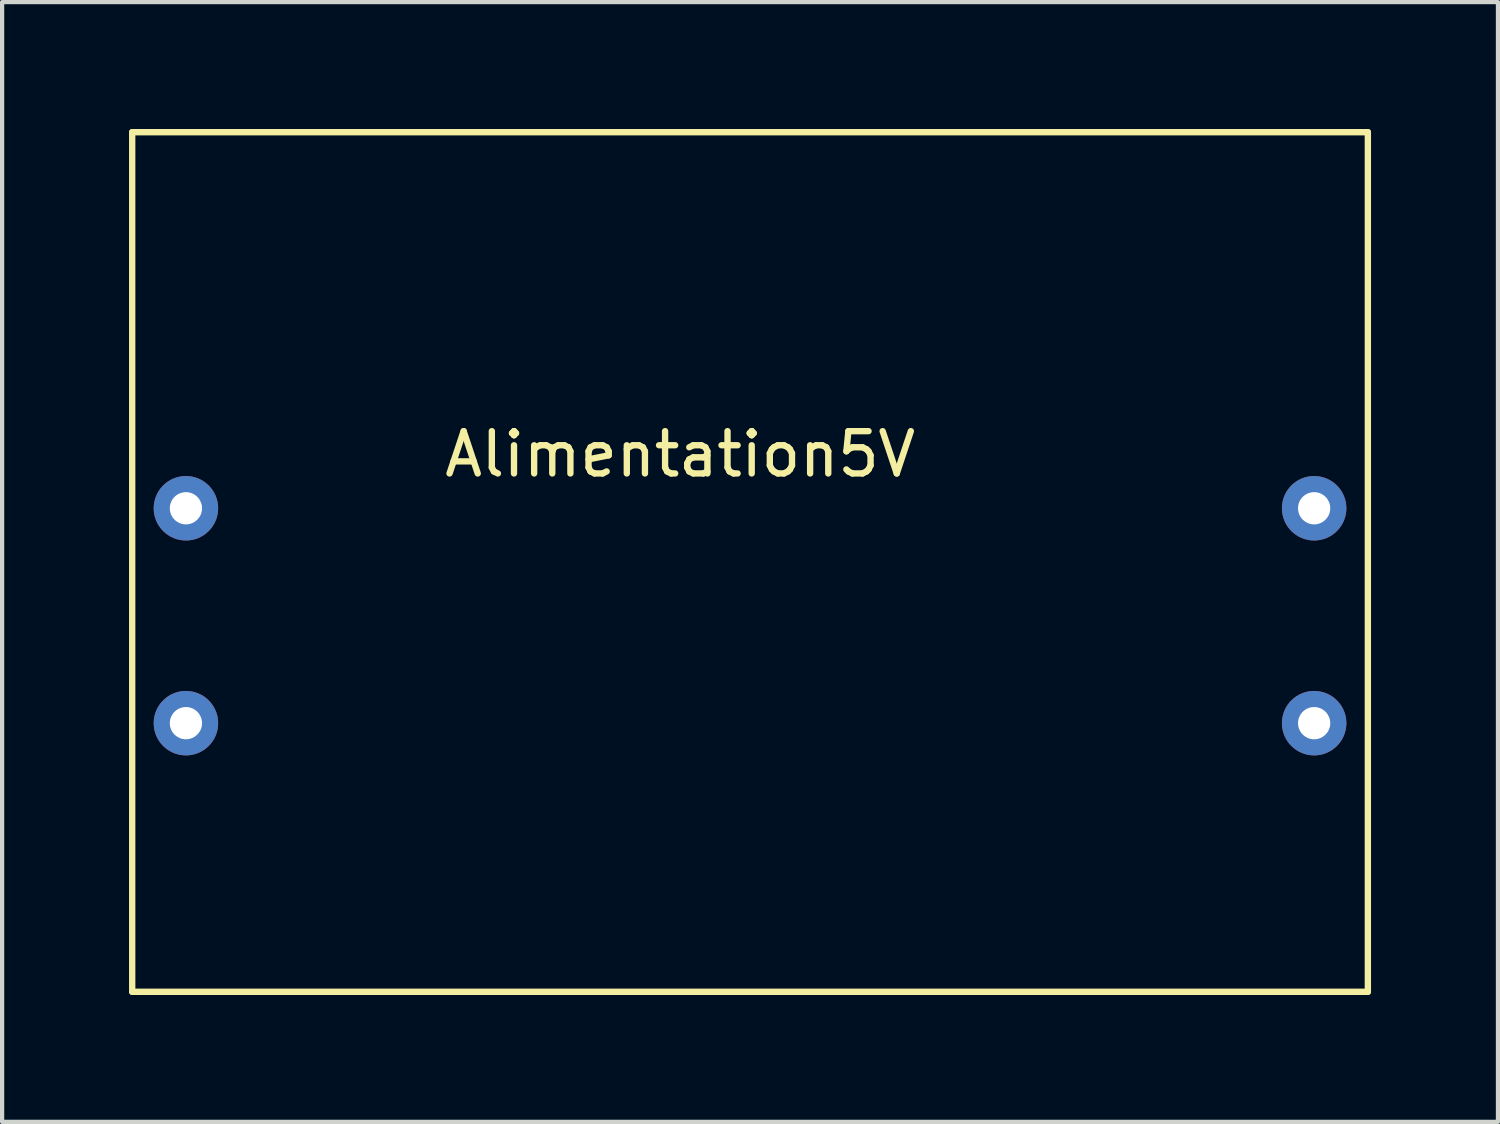
<source format=kicad_pcb>
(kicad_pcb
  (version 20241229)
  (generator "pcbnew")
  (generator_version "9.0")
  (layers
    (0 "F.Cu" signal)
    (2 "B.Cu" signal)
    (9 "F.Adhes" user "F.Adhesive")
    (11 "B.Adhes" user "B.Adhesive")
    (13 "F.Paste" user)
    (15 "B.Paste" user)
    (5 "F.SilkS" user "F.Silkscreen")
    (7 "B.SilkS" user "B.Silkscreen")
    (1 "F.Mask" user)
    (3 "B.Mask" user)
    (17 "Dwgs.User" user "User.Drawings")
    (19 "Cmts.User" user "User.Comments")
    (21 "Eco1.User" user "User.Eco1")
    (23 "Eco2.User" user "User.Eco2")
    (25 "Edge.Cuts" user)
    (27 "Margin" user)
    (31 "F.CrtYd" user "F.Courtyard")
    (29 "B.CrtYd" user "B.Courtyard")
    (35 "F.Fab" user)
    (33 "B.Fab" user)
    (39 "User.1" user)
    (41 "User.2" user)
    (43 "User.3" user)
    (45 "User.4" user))
  (footprint "Alimentation5V"
    (layer "F.Cu")
    (at 14.045 10.235)
    (property "Reference" "Alimentation5V" (at -1.016 -2.548 0) (layer "F.SilkS") (effects (font (size 1 1) (thickness 0.15))))
    (attr through_hole)
    (fp_line (start -13.97 -10.16) (end 15.24 -10.16) (stroke (width 0.15) (type solid)) (layer "F.SilkS"))
    (fp_line (start -13.97 10.16) (end -13.97 -10.16) (stroke (width 0.15) (type solid)) (layer "F.SilkS"))
    (fp_line (start 15.24 -10.16) (end 15.24 10.16) (stroke (width 0.15) (type solid)) (layer "F.SilkS"))
    (fp_line (start 15.24 10.16) (end -13.97 10.16) (stroke (width 0.15) (type solid)) (layer "F.SilkS"))
    (pad "1" thru_hole circle (at 13.97 -1.27) (size 1.524 1.524) (drill 0.762) (layers "*.Cu" "*.Mask"))
    (pad "2" thru_hole circle (at 13.97 3.81) (size 1.524 1.524) (drill 0.762) (layers "*.Cu" "*.Mask"))
    (pad "3" thru_hole circle (at -12.7 -1.27) (size 1.524 1.524) (drill 0.762) (layers "*.Cu" "*.Mask"))
    (pad "4" thru_hole circle (at -12.7 3.81) (size 1.524 1.524) (drill 0.762) (layers "*.Cu" "*.Mask")))
  (gr_rect
    (start -3 -3)
    (end 32.36 23.47)
    (stroke (width 0.1) (type default))
    (fill no)
    (layer "Edge.Cuts")))
</source>
